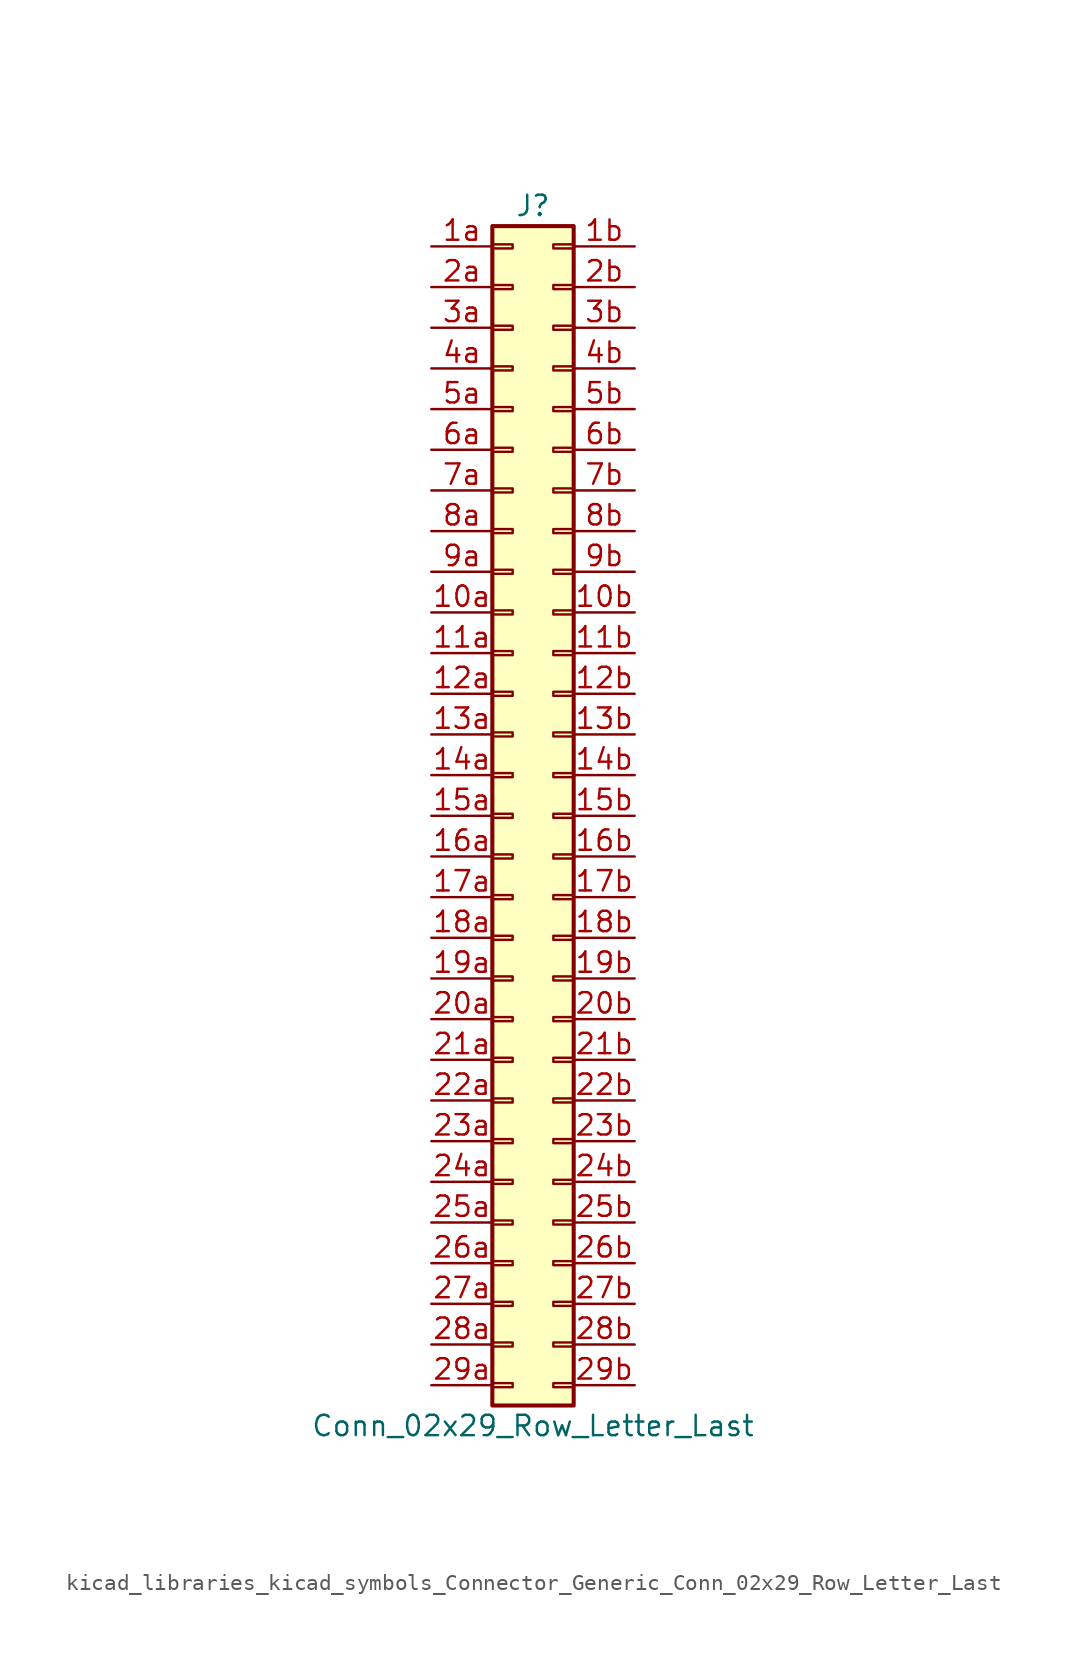
<source format=kicad_sym>
(kicad_symbol_lib
  (version 20220914)
  (generator kicad_symbol_editor)
  (symbol "kicad_libraries_kicad_symbols_Connector_Generic_Conn_02x29_Row_Letter_Last"
    (pin_names
      (offset 1.016) hide)
    (property "Reference" "J"
      (at 1.27 38.1 0)
      (effects (font (size 1.27 1.27))))
    (property "Value" "Conn_02x29_Row_Letter_Last"
      (at 1.27 -38.1 0)
      (effects (font (size 1.27 1.27))))
    (symbol "kicad_libraries_kicad_symbols_Connector_Generic_Conn_02x29_Row_Letter_Last_1_1"
      (rectangle (start -1.27 -35.433) (end 0 -35.687) (stroke (width 0.152) (type default)) (fill (type none)))
      (rectangle (start -1.27 -32.893) (end 0 -33.147) (stroke (width 0.152) (type default)) (fill (type none)))
      (rectangle (start -1.27 -30.353) (end 0 -30.607) (stroke (width 0.152) (type default)) (fill (type none)))
      (rectangle (start -1.27 -27.813) (end 0 -28.067) (stroke (width 0.152) (type default)) (fill (type none)))
      (rectangle (start -1.27 -25.273) (end 0 -25.527) (stroke (width 0.152) (type default)) (fill (type none)))
      (rectangle (start -1.27 -22.733) (end 0 -22.987) (stroke (width 0.152) (type default)) (fill (type none)))
      (rectangle (start -1.27 -20.193) (end 0 -20.447) (stroke (width 0.152) (type default)) (fill (type none)))
      (rectangle (start -1.27 -17.653) (end 0 -17.907) (stroke (width 0.152) (type default)) (fill (type none)))
      (rectangle (start -1.27 -15.113) (end 0 -15.367) (stroke (width 0.152) (type default)) (fill (type none)))
      (rectangle (start -1.27 -12.573) (end 0 -12.827) (stroke (width 0.152) (type default)) (fill (type none)))
      (rectangle (start -1.27 -10.033) (end 0 -10.287) (stroke (width 0.152) (type default)) (fill (type none)))
      (rectangle (start -1.27 -7.493) (end 0 -7.747) (stroke (width 0.152) (type default)) (fill (type none)))
      (rectangle (start -1.27 -4.953) (end 0 -5.207) (stroke (width 0.152) (type default)) (fill (type none)))
      (rectangle (start -1.27 -2.413) (end 0 -2.667) (stroke (width 0.152) (type default)) (fill (type none)))
      (rectangle (start -1.27 0.127) (end 0 -0.127) (stroke (width 0.152) (type default)) (fill (type none)))
      (rectangle (start -1.27 2.667) (end 0 2.413) (stroke (width 0.152) (type default)) (fill (type none)))
      (rectangle (start -1.27 5.207) (end 0 4.953) (stroke (width 0.152) (type default)) (fill (type none)))
      (rectangle (start -1.27 7.747) (end 0 7.493) (stroke (width 0.152) (type default)) (fill (type none)))
      (rectangle (start -1.27 10.287) (end 0 10.033) (stroke (width 0.152) (type default)) (fill (type none)))
      (rectangle (start -1.27 12.827) (end 0 12.573) (stroke (width 0.152) (type default)) (fill (type none)))
      (rectangle (start -1.27 15.367) (end 0 15.113) (stroke (width 0.152) (type default)) (fill (type none)))
      (rectangle (start -1.27 17.907) (end 0 17.653) (stroke (width 0.152) (type default)) (fill (type none)))
      (rectangle (start -1.27 20.447) (end 0 20.193) (stroke (width 0.152) (type default)) (fill (type none)))
      (rectangle (start -1.27 22.987) (end 0 22.733) (stroke (width 0.152) (type default)) (fill (type none)))
      (rectangle (start -1.27 25.527) (end 0 25.273) (stroke (width 0.152) (type default)) (fill (type none)))
      (rectangle (start -1.27 28.067) (end 0 27.813) (stroke (width 0.152) (type default)) (fill (type none)))
      (rectangle (start -1.27 30.607) (end 0 30.353) (stroke (width 0.152) (type default)) (fill (type none)))
      (rectangle (start -1.27 33.147) (end 0 32.893) (stroke (width 0.152) (type default)) (fill (type none)))
      (rectangle (start -1.27 35.687) (end 0 35.433) (stroke (width 0.152) (type default)) (fill (type none)))
      (rectangle (start -1.27 36.83) (end 3.81 -36.83) (stroke (width 0.254) (type default)) (fill (type background)))
      (rectangle (start 3.81 -35.433) (end 2.54 -35.687) (stroke (width 0.152) (type default)) (fill (type none)))
      (rectangle (start 3.81 -32.893) (end 2.54 -33.147) (stroke (width 0.152) (type default)) (fill (type none)))
      (rectangle (start 3.81 -30.353) (end 2.54 -30.607) (stroke (width 0.152) (type default)) (fill (type none)))
      (rectangle (start 3.81 -27.813) (end 2.54 -28.067) (stroke (width 0.152) (type default)) (fill (type none)))
      (rectangle (start 3.81 -25.273) (end 2.54 -25.527) (stroke (width 0.152) (type default)) (fill (type none)))
      (rectangle (start 3.81 -22.733) (end 2.54 -22.987) (stroke (width 0.152) (type default)) (fill (type none)))
      (rectangle (start 3.81 -20.193) (end 2.54 -20.447) (stroke (width 0.152) (type default)) (fill (type none)))
      (rectangle (start 3.81 -17.653) (end 2.54 -17.907) (stroke (width 0.152) (type default)) (fill (type none)))
      (rectangle (start 3.81 -15.113) (end 2.54 -15.367) (stroke (width 0.152) (type default)) (fill (type none)))
      (rectangle (start 3.81 -12.573) (end 2.54 -12.827) (stroke (width 0.152) (type default)) (fill (type none)))
      (rectangle (start 3.81 -10.033) (end 2.54 -10.287) (stroke (width 0.152) (type default)) (fill (type none)))
      (rectangle (start 3.81 -7.493) (end 2.54 -7.747) (stroke (width 0.152) (type default)) (fill (type none)))
      (rectangle (start 3.81 -4.953) (end 2.54 -5.207) (stroke (width 0.152) (type default)) (fill (type none)))
      (rectangle (start 3.81 -2.413) (end 2.54 -2.667) (stroke (width 0.152) (type default)) (fill (type none)))
      (rectangle (start 3.81 0.127) (end 2.54 -0.127) (stroke (width 0.152) (type default)) (fill (type none)))
      (rectangle (start 3.81 2.667) (end 2.54 2.413) (stroke (width 0.152) (type default)) (fill (type none)))
      (rectangle (start 3.81 5.207) (end 2.54 4.953) (stroke (width 0.152) (type default)) (fill (type none)))
      (rectangle (start 3.81 7.747) (end 2.54 7.493) (stroke (width 0.152) (type default)) (fill (type none)))
      (rectangle (start 3.81 10.287) (end 2.54 10.033) (stroke (width 0.152) (type default)) (fill (type none)))
      (rectangle (start 3.81 12.827) (end 2.54 12.573) (stroke (width 0.152) (type default)) (fill (type none)))
      (rectangle (start 3.81 15.367) (end 2.54 15.113) (stroke (width 0.152) (type default)) (fill (type none)))
      (rectangle (start 3.81 17.907) (end 2.54 17.653) (stroke (width 0.152) (type default)) (fill (type none)))
      (rectangle (start 3.81 20.447) (end 2.54 20.193) (stroke (width 0.152) (type default)) (fill (type none)))
      (rectangle (start 3.81 22.987) (end 2.54 22.733) (stroke (width 0.152) (type default)) (fill (type none)))
      (rectangle (start 3.81 25.527) (end 2.54 25.273) (stroke (width 0.152) (type default)) (fill (type none)))
      (rectangle (start 3.81 28.067) (end 2.54 27.813) (stroke (width 0.152) (type default)) (fill (type none)))
      (rectangle (start 3.81 30.607) (end 2.54 30.353) (stroke (width 0.152) (type default)) (fill (type none)))
      (rectangle (start 3.81 33.147) (end 2.54 32.893) (stroke (width 0.152) (type default)) (fill (type none)))
      (rectangle (start 3.81 35.687) (end 2.54 35.433) (stroke (width 0.152) (type default)) (fill (type none)))
      (pin passive line (at -5.08 12.7 0) (length 3.81) (name "Pin_10a" (effects (font (size 1.27 1.27)))) (number "10a" (effects (font (size 1.27 1.27)))))
      (pin passive line (at 7.62 12.7 180) (length 3.81) (name "Pin_10b" (effects (font (size 1.27 1.27)))) (number "10b" (effects (font (size 1.27 1.27)))))
      (pin passive line (at -5.08 10.16 0) (length 3.81) (name "Pin_11a" (effects (font (size 1.27 1.27)))) (number "11a" (effects (font (size 1.27 1.27)))))
      (pin passive line (at 7.62 10.16 180) (length 3.81) (name "Pin_11b" (effects (font (size 1.27 1.27)))) (number "11b" (effects (font (size 1.27 1.27)))))
      (pin passive line (at -5.08 7.62 0) (length 3.81) (name "Pin_12a" (effects (font (size 1.27 1.27)))) (number "12a" (effects (font (size 1.27 1.27)))))
      (pin passive line (at 7.62 7.62 180) (length 3.81) (name "Pin_12b" (effects (font (size 1.27 1.27)))) (number "12b" (effects (font (size 1.27 1.27)))))
      (pin passive line (at -5.08 5.08 0) (length 3.81) (name "Pin_13a" (effects (font (size 1.27 1.27)))) (number "13a" (effects (font (size 1.27 1.27)))))
      (pin passive line (at 7.62 5.08 180) (length 3.81) (name "Pin_13b" (effects (font (size 1.27 1.27)))) (number "13b" (effects (font (size 1.27 1.27)))))
      (pin passive line (at -5.08 2.54 0) (length 3.81) (name "Pin_14a" (effects (font (size 1.27 1.27)))) (number "14a" (effects (font (size 1.27 1.27)))))
      (pin passive line (at 7.62 2.54 180) (length 3.81) (name "Pin_14b" (effects (font (size 1.27 1.27)))) (number "14b" (effects (font (size 1.27 1.27)))))
      (pin passive line (at -5.08 0 0) (length 3.81) (name "Pin_15a" (effects (font (size 1.27 1.27)))) (number "15a" (effects (font (size 1.27 1.27)))))
      (pin passive line (at 7.62 0 180) (length 3.81) (name "Pin_15b" (effects (font (size 1.27 1.27)))) (number "15b" (effects (font (size 1.27 1.27)))))
      (pin passive line (at -5.08 -2.54 0) (length 3.81) (name "Pin_16a" (effects (font (size 1.27 1.27)))) (number "16a" (effects (font (size 1.27 1.27)))))
      (pin passive line (at 7.62 -2.54 180) (length 3.81) (name "Pin_16b" (effects (font (size 1.27 1.27)))) (number "16b" (effects (font (size 1.27 1.27)))))
      (pin passive line (at -5.08 -5.08 0) (length 3.81) (name "Pin_17a" (effects (font (size 1.27 1.27)))) (number "17a" (effects (font (size 1.27 1.27)))))
      (pin passive line (at 7.62 -5.08 180) (length 3.81) (name "Pin_17b" (effects (font (size 1.27 1.27)))) (number "17b" (effects (font (size 1.27 1.27)))))
      (pin passive line (at -5.08 -7.62 0) (length 3.81) (name "Pin_18a" (effects (font (size 1.27 1.27)))) (number "18a" (effects (font (size 1.27 1.27)))))
      (pin passive line (at 7.62 -7.62 180) (length 3.81) (name "Pin_18b" (effects (font (size 1.27 1.27)))) (number "18b" (effects (font (size 1.27 1.27)))))
      (pin passive line (at -5.08 -10.16 0) (length 3.81) (name "Pin_19a" (effects (font (size 1.27 1.27)))) (number "19a" (effects (font (size 1.27 1.27)))))
      (pin passive line (at 7.62 -10.16 180) (length 3.81) (name "Pin_19b" (effects (font (size 1.27 1.27)))) (number "19b" (effects (font (size 1.27 1.27)))))
      (pin passive line (at -5.08 35.56 0) (length 3.81) (name "Pin_1a" (effects (font (size 1.27 1.27)))) (number "1a" (effects (font (size 1.27 1.27)))))
      (pin passive line (at 7.62 35.56 180) (length 3.81) (name "Pin_1b" (effects (font (size 1.27 1.27)))) (number "1b" (effects (font (size 1.27 1.27)))))
      (pin passive line (at -5.08 -12.7 0) (length 3.81) (name "Pin_20a" (effects (font (size 1.27 1.27)))) (number "20a" (effects (font (size 1.27 1.27)))))
      (pin passive line (at 7.62 -12.7 180) (length 3.81) (name "Pin_20b" (effects (font (size 1.27 1.27)))) (number "20b" (effects (font (size 1.27 1.27)))))
      (pin passive line (at -5.08 -15.24 0) (length 3.81) (name "Pin_21a" (effects (font (size 1.27 1.27)))) (number "21a" (effects (font (size 1.27 1.27)))))
      (pin passive line (at 7.62 -15.24 180) (length 3.81) (name "Pin_21b" (effects (font (size 1.27 1.27)))) (number "21b" (effects (font (size 1.27 1.27)))))
      (pin passive line (at -5.08 -17.78 0) (length 3.81) (name "Pin_22a" (effects (font (size 1.27 1.27)))) (number "22a" (effects (font (size 1.27 1.27)))))
      (pin passive line (at 7.62 -17.78 180) (length 3.81) (name "Pin_22b" (effects (font (size 1.27 1.27)))) (number "22b" (effects (font (size 1.27 1.27)))))
      (pin passive line (at -5.08 -20.32 0) (length 3.81) (name "Pin_23a" (effects (font (size 1.27 1.27)))) (number "23a" (effects (font (size 1.27 1.27)))))
      (pin passive line (at 7.62 -20.32 180) (length 3.81) (name "Pin_23b" (effects (font (size 1.27 1.27)))) (number "23b" (effects (font (size 1.27 1.27)))))
      (pin passive line (at -5.08 -22.86 0) (length 3.81) (name "Pin_24a" (effects (font (size 1.27 1.27)))) (number "24a" (effects (font (size 1.27 1.27)))))
      (pin passive line (at 7.62 -22.86 180) (length 3.81) (name "Pin_24b" (effects (font (size 1.27 1.27)))) (number "24b" (effects (font (size 1.27 1.27)))))
      (pin passive line (at -5.08 -25.4 0) (length 3.81) (name "Pin_25a" (effects (font (size 1.27 1.27)))) (number "25a" (effects (font (size 1.27 1.27)))))
      (pin passive line (at 7.62 -25.4 180) (length 3.81) (name "Pin_25b" (effects (font (size 1.27 1.27)))) (number "25b" (effects (font (size 1.27 1.27)))))
      (pin passive line (at -5.08 -27.94 0) (length 3.81) (name "Pin_26a" (effects (font (size 1.27 1.27)))) (number "26a" (effects (font (size 1.27 1.27)))))
      (pin passive line (at 7.62 -27.94 180) (length 3.81) (name "Pin_26b" (effects (font (size 1.27 1.27)))) (number "26b" (effects (font (size 1.27 1.27)))))
      (pin passive line (at -5.08 -30.48 0) (length 3.81) (name "Pin_27a" (effects (font (size 1.27 1.27)))) (number "27a" (effects (font (size 1.27 1.27)))))
      (pin passive line (at 7.62 -30.48 180) (length 3.81) (name "Pin_27b" (effects (font (size 1.27 1.27)))) (number "27b" (effects (font (size 1.27 1.27)))))
      (pin passive line (at -5.08 -33.02 0) (length 3.81) (name "Pin_28a" (effects (font (size 1.27 1.27)))) (number "28a" (effects (font (size 1.27 1.27)))))
      (pin passive line (at 7.62 -33.02 180) (length 3.81) (name "Pin_28b" (effects (font (size 1.27 1.27)))) (number "28b" (effects (font (size 1.27 1.27)))))
      (pin passive line (at -5.08 -35.56 0) (length 3.81) (name "Pin_29a" (effects (font (size 1.27 1.27)))) (number "29a" (effects (font (size 1.27 1.27)))))
      (pin passive line (at 7.62 -35.56 180) (length 3.81) (name "Pin_29b" (effects (font (size 1.27 1.27)))) (number "29b" (effects (font (size 1.27 1.27)))))
      (pin passive line (at -5.08 33.02 0) (length 3.81) (name "Pin_2a" (effects (font (size 1.27 1.27)))) (number "2a" (effects (font (size 1.27 1.27)))))
      (pin passive line (at 7.62 33.02 180) (length 3.81) (name "Pin_2b" (effects (font (size 1.27 1.27)))) (number "2b" (effects (font (size 1.27 1.27)))))
      (pin passive line (at -5.08 30.48 0) (length 3.81) (name "Pin_3a" (effects (font (size 1.27 1.27)))) (number "3a" (effects (font (size 1.27 1.27)))))
      (pin passive line (at 7.62 30.48 180) (length 3.81) (name "Pin_3b" (effects (font (size 1.27 1.27)))) (number "3b" (effects (font (size 1.27 1.27)))))
      (pin passive line (at -5.08 27.94 0) (length 3.81) (name "Pin_4a" (effects (font (size 1.27 1.27)))) (number "4a" (effects (font (size 1.27 1.27)))))
      (pin passive line (at 7.62 27.94 180) (length 3.81) (name "Pin_4b" (effects (font (size 1.27 1.27)))) (number "4b" (effects (font (size 1.27 1.27)))))
      (pin passive line (at -5.08 25.4 0) (length 3.81) (name "Pin_5a" (effects (font (size 1.27 1.27)))) (number "5a" (effects (font (size 1.27 1.27)))))
      (pin passive line (at 7.62 25.4 180) (length 3.81) (name "Pin_5b" (effects (font (size 1.27 1.27)))) (number "5b" (effects (font (size 1.27 1.27)))))
      (pin passive line (at -5.08 22.86 0) (length 3.81) (name "Pin_6a" (effects (font (size 1.27 1.27)))) (number "6a" (effects (font (size 1.27 1.27)))))
      (pin passive line (at 7.62 22.86 180) (length 3.81) (name "Pin_6b" (effects (font (size 1.27 1.27)))) (number "6b" (effects (font (size 1.27 1.27)))))
      (pin passive line (at -5.08 20.32 0) (length 3.81) (name "Pin_7a" (effects (font (size 1.27 1.27)))) (number "7a" (effects (font (size 1.27 1.27)))))
      (pin passive line (at 7.62 20.32 180) (length 3.81) (name "Pin_7b" (effects (font (size 1.27 1.27)))) (number "7b" (effects (font (size 1.27 1.27)))))
      (pin passive line (at -5.08 17.78 0) (length 3.81) (name "Pin_8a" (effects (font (size 1.27 1.27)))) (number "8a" (effects (font (size 1.27 1.27)))))
      (pin passive line (at 7.62 17.78 180) (length 3.81) (name "Pin_8b" (effects (font (size 1.27 1.27)))) (number "8b" (effects (font (size 1.27 1.27)))))
      (pin passive line (at -5.08 15.24 0) (length 3.81) (name "Pin_9a" (effects (font (size 1.27 1.27)))) (number "9a" (effects (font (size 1.27 1.27)))))
      (pin passive line (at 7.62 15.24 180) (length 3.81) (name "Pin_9b" (effects (font (size 1.27 1.27)))) (number "9b" (effects (font (size 1.27 1.27))))))))
</source>
